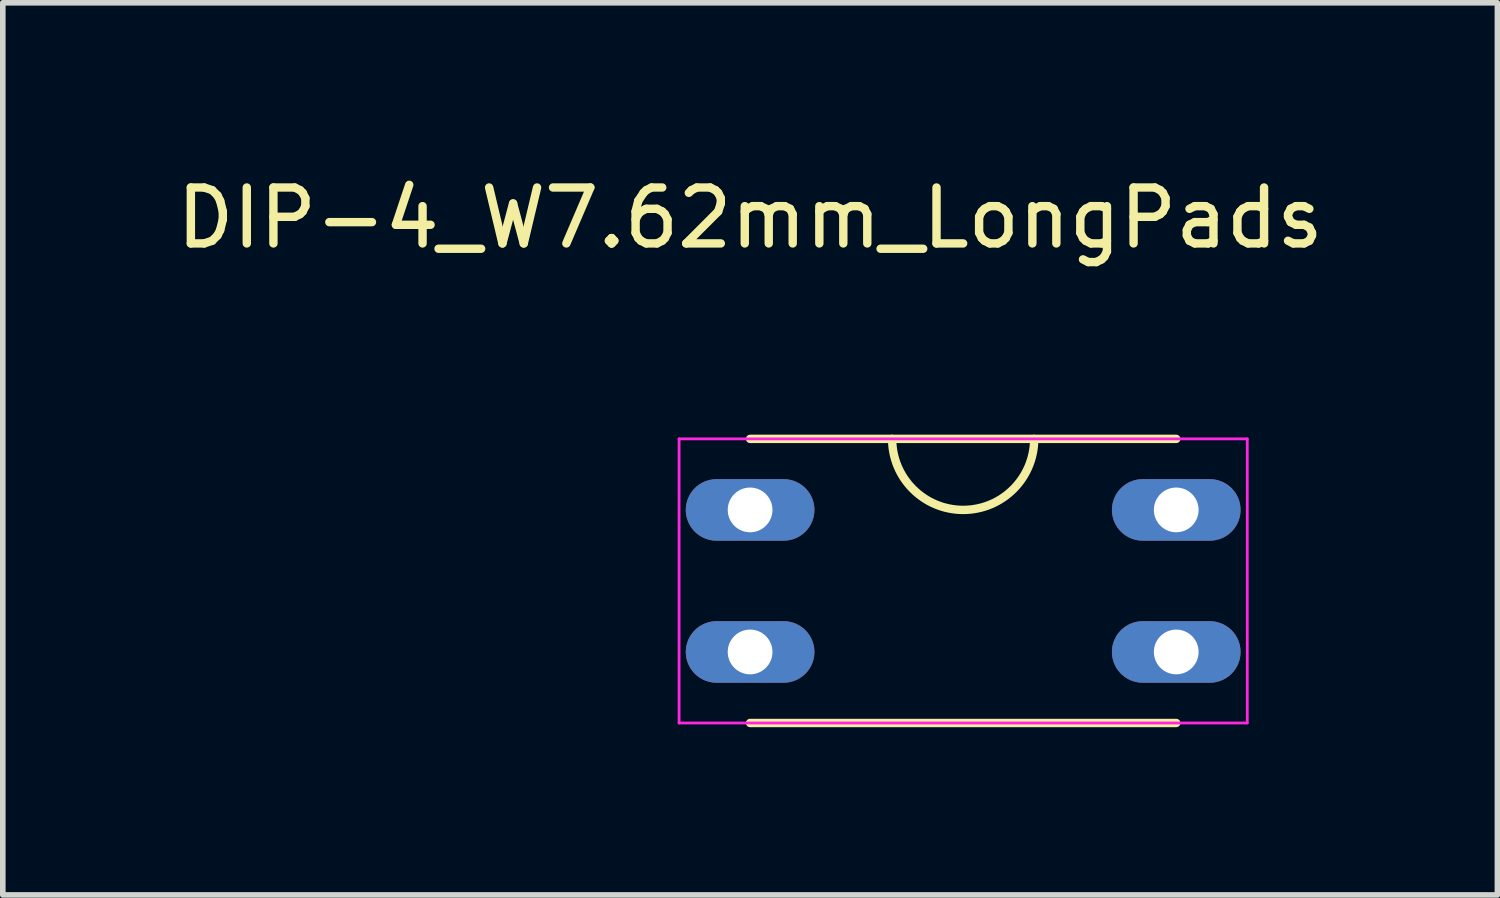
<source format=kicad_pcb>
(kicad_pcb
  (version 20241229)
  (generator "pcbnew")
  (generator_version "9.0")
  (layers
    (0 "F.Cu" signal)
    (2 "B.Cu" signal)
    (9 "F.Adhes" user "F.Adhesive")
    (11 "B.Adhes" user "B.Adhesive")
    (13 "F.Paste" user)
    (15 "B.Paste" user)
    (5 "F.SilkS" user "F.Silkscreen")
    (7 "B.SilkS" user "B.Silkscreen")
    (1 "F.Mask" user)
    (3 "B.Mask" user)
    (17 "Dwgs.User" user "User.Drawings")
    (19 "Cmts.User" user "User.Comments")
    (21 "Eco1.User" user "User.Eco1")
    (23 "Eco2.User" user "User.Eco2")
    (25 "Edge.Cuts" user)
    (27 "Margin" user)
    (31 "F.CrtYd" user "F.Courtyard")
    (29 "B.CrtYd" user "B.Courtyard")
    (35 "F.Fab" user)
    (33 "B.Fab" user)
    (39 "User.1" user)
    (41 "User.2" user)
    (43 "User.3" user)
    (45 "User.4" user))
  (footprint "DIP-4_W7.62mm_LongPads"
    (layer "F.Cu")
    (at 10.363 6.068)
    (property "Reference" "DIP-4_W7.62mm_LongPads" (at 0 -5.22 0) (layer "F.SilkS") (effects (font (size 1 1) (thickness 0.15))))
    (attr through_hole)
    (fp_line (start 0 -1.27) (end 7.62 -1.27) (stroke (width 0.15) (type solid)) (layer "F.SilkS"))
    (fp_line (start 0 3.81) (end 7.62 3.81) (stroke (width 0.15) (type solid)) (layer "F.SilkS"))
    (fp_arc (start 5.08 -1.27) (mid 3.81 0) (end 2.54 -1.27) (stroke (width 0.15) (type solid)) (layer "F.SilkS"))
    (fp_line (start -1.27 -1.27) (end -1.27 3.81) (stroke (width 0.05) (type solid)) (layer "F.CrtYd"))
    (fp_line (start -1.27 -1.27) (end 8.89 -1.27) (stroke (width 0.05) (type solid)) (layer "F.CrtYd"))
    (fp_line (start -1.27 3.81) (end 8.89 3.81) (stroke (width 0.05) (type solid)) (layer "F.CrtYd"))
    (fp_line (start 8.89 -1.27) (end 8.89 3.81) (stroke (width 0.05) (type solid)) (layer "F.CrtYd"))
    (pad "1" thru_hole oval (at 0 0) (size 2.3 1.1) (drill 0.8) (layers "*.Cu" "*.Mask"))
    (pad "2" thru_hole oval (at 0 2.54) (size 2.3 1.1) (drill 0.8) (layers "*.Cu" "*.Mask"))
    (pad "3" thru_hole oval (at 7.62 0) (size 2.3 1.1) (drill 0.8) (layers "*.Cu" "*.Mask"))
    (pad "3" thru_hole oval (at 7.62 2.54) (size 2.3 1.1) (drill 0.8) (layers "*.Cu" "*.Mask")))
  (gr_rect
    (start -3 -3)
    (end 23.726 12.953)
    (stroke (width 0.1) (type default))
    (fill no)
    (layer "Edge.Cuts")))
</source>
